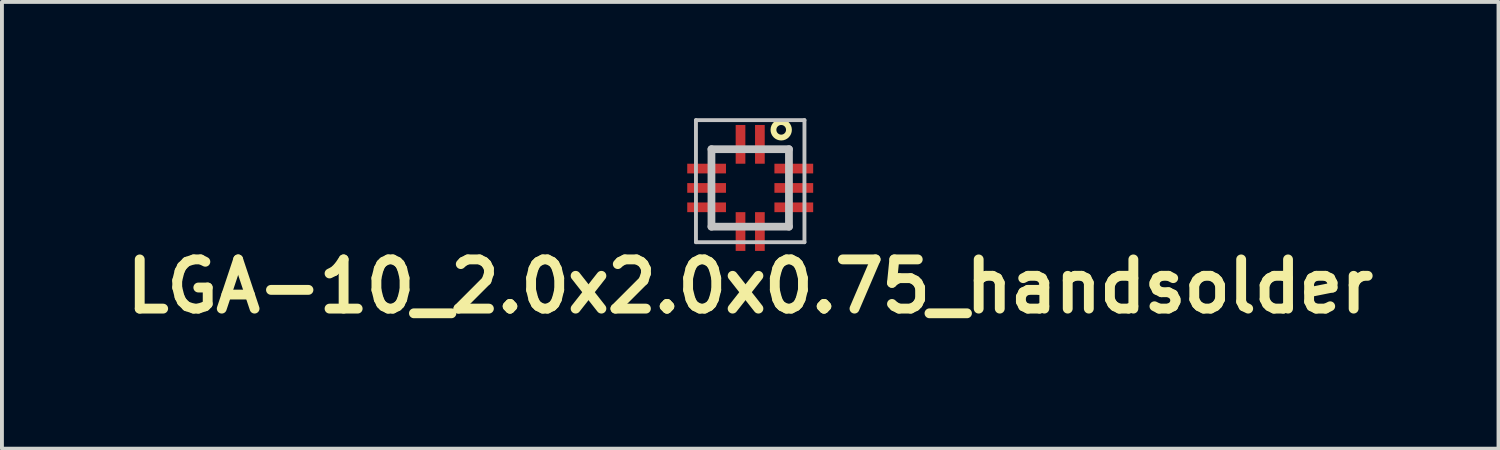
<source format=kicad_pcb>
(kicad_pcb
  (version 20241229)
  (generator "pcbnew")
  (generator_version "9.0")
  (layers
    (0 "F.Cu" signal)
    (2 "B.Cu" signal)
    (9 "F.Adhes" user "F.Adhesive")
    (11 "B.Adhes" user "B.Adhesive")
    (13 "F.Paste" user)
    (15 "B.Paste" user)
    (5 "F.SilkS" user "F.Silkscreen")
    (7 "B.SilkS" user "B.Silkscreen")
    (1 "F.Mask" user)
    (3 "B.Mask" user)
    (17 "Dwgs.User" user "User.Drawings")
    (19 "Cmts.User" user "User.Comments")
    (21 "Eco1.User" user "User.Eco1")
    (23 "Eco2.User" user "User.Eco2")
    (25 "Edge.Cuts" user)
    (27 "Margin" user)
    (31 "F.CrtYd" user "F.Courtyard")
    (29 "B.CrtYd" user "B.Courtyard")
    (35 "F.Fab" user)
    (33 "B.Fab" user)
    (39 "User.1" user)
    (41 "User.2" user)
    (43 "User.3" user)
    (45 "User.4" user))
  (footprint "LGA-10_2.0x2.0x0.75_handsolder"
    (layer "F.Cu")
    (at 16.31 1.8)
    (property "Reference" "LGA-10_2.0x2.0x0.75_handsolder" (at 0 2.54 0) (layer "F.SilkS") (effects (font (size 1.27 1.27) (thickness 0.254))))
    (attr smd)
    (fp_line (start -1 -1) (end -1 -0.8) (stroke (width 0.1) (type solid)) (layer "F.SilkS"))
    (fp_line (start -1 0.8) (end -1 1) (stroke (width 0.1) (type solid)) (layer "F.SilkS"))
    (fp_line (start -1 1) (end -0.5 1) (stroke (width 0.1) (type solid)) (layer "F.SilkS"))
    (fp_line (start -0.5 -1) (end -1 -1) (stroke (width 0.1) (type solid)) (layer "F.SilkS"))
    (fp_line (start 0.5 -1) (end 1 -1) (stroke (width 0.1) (type solid)) (layer "F.SilkS"))
    (fp_line (start 0.5 1) (end 1 1) (stroke (width 0.1) (type solid)) (layer "F.SilkS"))
    (fp_line (start 1 -1) (end 1 -0.8) (stroke (width 0.1) (type solid)) (layer "F.SilkS"))
    (fp_line (start 1 1) (end 1 0.8) (stroke (width 0.1) (type solid)) (layer "F.SilkS"))
    (fp_circle (center 0.8 -1.5) (end 0.8 -1.3) (stroke (width 0.15) (type solid)) (fill no) (layer "F.SilkS"))
    (fp_line (start -1.4 -1.75) (end 1.4 -1.75) (stroke (width 0.1) (type solid)) (layer "Dwgs.User"))
    (fp_line (start -1.4 1.4) (end -1.4 -1.75) (stroke (width 0.1) (type solid)) (layer "Dwgs.User"))
    (fp_line (start -1 -1) (end 1 -1) (stroke (width 0.2) (type solid)) (layer "Dwgs.User"))
    (fp_line (start -1 1) (end -1 -1) (stroke (width 0.2) (type solid)) (layer "Dwgs.User"))
    (fp_line (start 1 -1) (end 1 1) (stroke (width 0.2) (type solid)) (layer "Dwgs.User"))
    (fp_line (start 1 1) (end -1 1) (stroke (width 0.2) (type solid)) (layer "Dwgs.User"))
    (fp_line (start 1.4 -1.75) (end 1.4 1.4) (stroke (width 0.1) (type solid)) (layer "Dwgs.User"))
    (fp_line (start 1.4 1.4) (end -1.4 1.4) (stroke (width 0.1) (type solid)) (layer "Dwgs.User"))
    (pad "1" smd rect (at 0.25 -0.625 180) (size 0.25 1) (drill (offset 0 0.5)) (layers "F.Cu" "F.Mask" "F.Paste"))
    (pad "2" smd rect (at -0.25 -0.625 180) (size 0.25 1) (drill (offset 0 0.5)) (layers "F.Cu" "F.Mask" "F.Paste"))
    (pad "3" smd rect (at -0.625 -0.5 270) (size 0.25 1) (drill (offset 0 0.5)) (layers "F.Cu" "F.Mask" "F.Paste"))
    (pad "4" smd rect (at -0.625 0 270) (size 0.25 1) (drill (offset 0 0.5)) (layers "F.Cu" "F.Mask" "F.Paste"))
    (pad "5" smd rect (at -0.625 0.5 270) (size 0.25 1) (drill (offset 0 0.5)) (layers "F.Cu" "F.Mask" "F.Paste"))
    (pad "6" smd rect (at -0.25 0.625) (size 0.25 1) (drill (offset 0 0.5)) (layers "F.Cu" "F.Mask" "F.Paste"))
    (pad "7" smd rect (at 0.25 0.625) (size 0.25 1) (drill (offset 0 0.5)) (layers "F.Cu" "F.Mask" "F.Paste"))
    (pad "8" smd rect (at 0.625 0.5 90) (size 0.25 1) (drill (offset 0 0.5)) (layers "F.Cu" "F.Mask" "F.Paste"))
    (pad "9" smd rect (at 0.625 0 90) (size 0.25 1) (drill (offset 0 0.5)) (layers "F.Cu" "F.Mask" "F.Paste"))
    (pad "10" smd rect (at 0.625 -0.5 90) (size 0.25 1) (drill (offset 0 0.5)) (layers "F.Cu" "F.Mask" "F.Paste")))
  (gr_rect
    (start -3 -3)
    (end 35.621 8.529)
    (stroke (width 0.1) (type default))
    (fill no)
    (layer "Edge.Cuts")))
</source>
